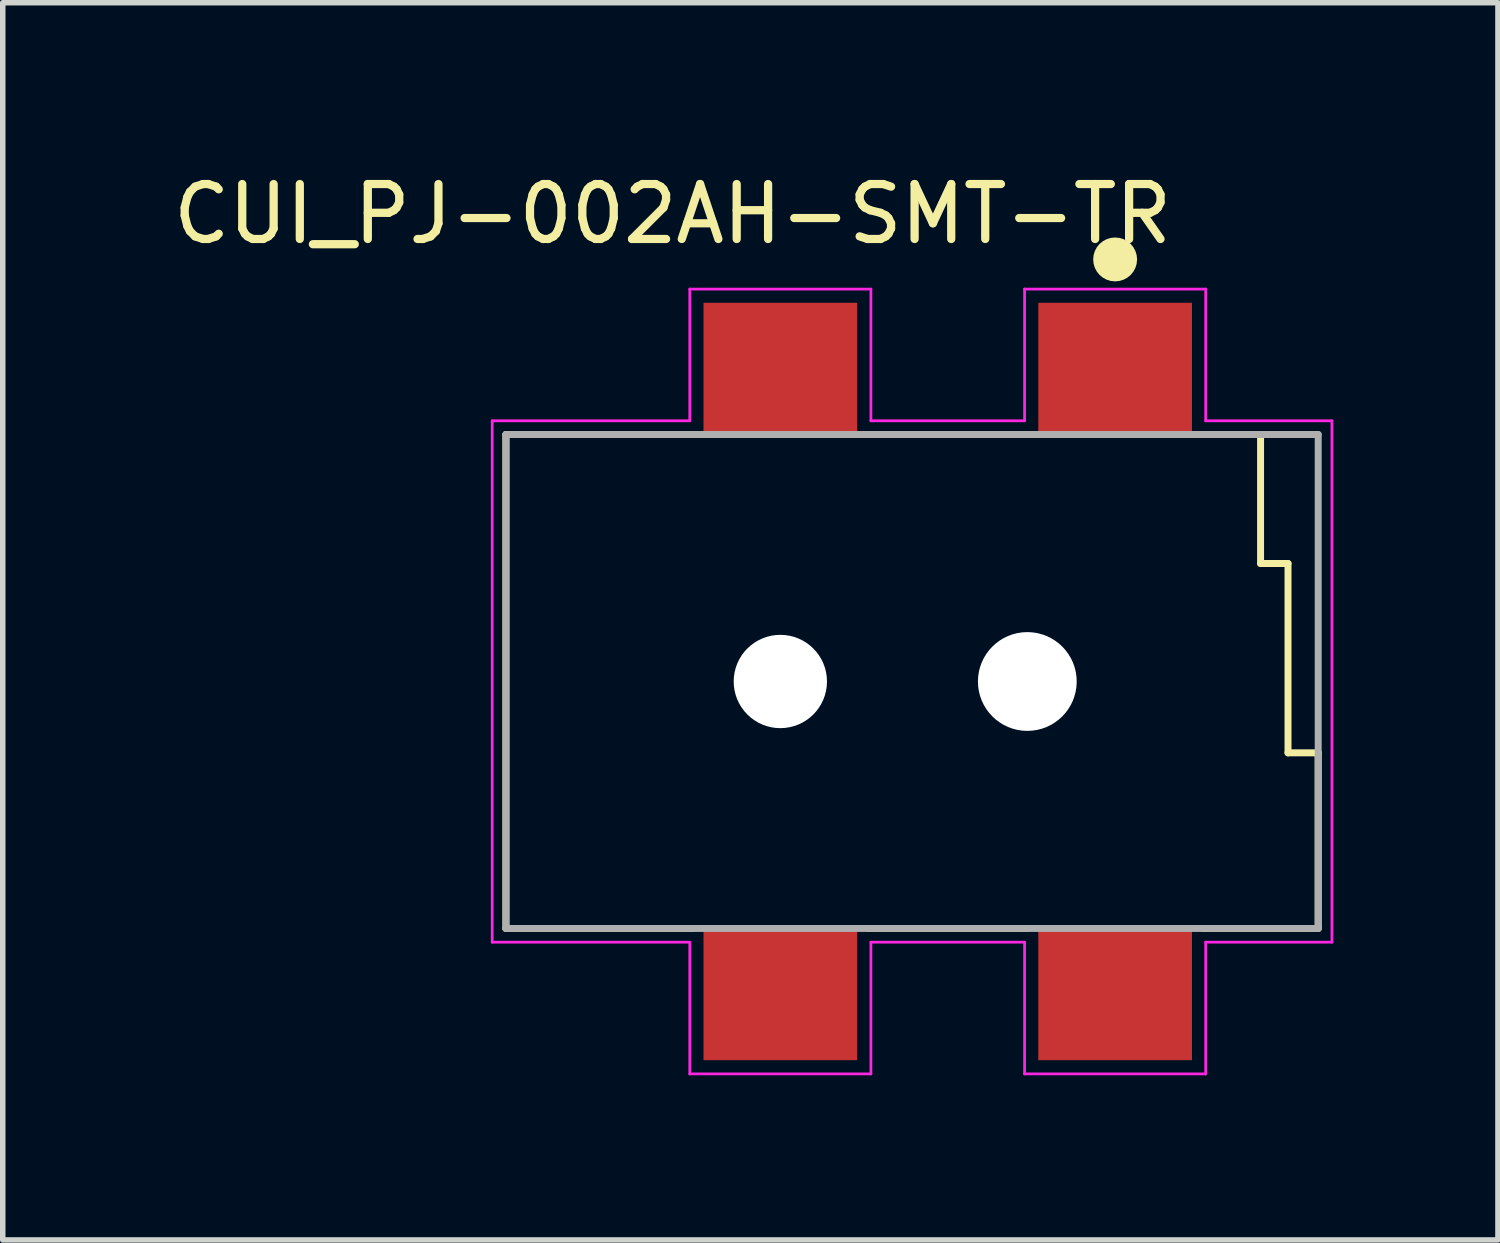
<source format=kicad_pcb>
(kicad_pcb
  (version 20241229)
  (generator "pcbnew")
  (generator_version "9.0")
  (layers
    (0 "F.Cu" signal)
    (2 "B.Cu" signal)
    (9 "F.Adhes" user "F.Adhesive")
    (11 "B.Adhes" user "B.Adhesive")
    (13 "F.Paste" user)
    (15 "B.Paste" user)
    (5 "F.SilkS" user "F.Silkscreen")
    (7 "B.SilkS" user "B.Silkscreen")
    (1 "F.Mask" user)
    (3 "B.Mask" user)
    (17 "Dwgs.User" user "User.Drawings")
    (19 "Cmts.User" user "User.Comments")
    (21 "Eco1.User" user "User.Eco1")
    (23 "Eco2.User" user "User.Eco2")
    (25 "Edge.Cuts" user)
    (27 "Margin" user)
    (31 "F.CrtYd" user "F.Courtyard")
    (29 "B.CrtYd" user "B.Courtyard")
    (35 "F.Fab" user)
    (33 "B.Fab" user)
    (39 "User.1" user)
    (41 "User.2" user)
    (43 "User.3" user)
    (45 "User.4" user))
  (footprint "CUI_PJ-002AH-SMT-TR"
    (layer "F.Cu")
    (at 17.268 3.667)
    (property "Reference" "CUI_PJ-002AH-SMT-TR" (at -8.063 -2.818 0) (layer "F.SilkS") (effects (font (size 1.001 1.001) (thickness 0.15))))
    (attr smd)
    (fp_line (start -11.1 1.2) (end -11.1 10.2) (stroke (width 0.127) (type solid)) (layer "F.SilkS"))
    (fp_line (start -11.1 10.2) (end -7.7 10.2) (stroke (width 0.127) (type solid)) (layer "F.SilkS"))
    (fp_line (start -7.7 1.2) (end -11.1 1.2) (stroke (width 0.127) (type solid)) (layer "F.SilkS"))
    (fp_line (start -4.5 10.2) (end -1.6 10.2) (stroke (width 0.127) (type solid)) (layer "F.SilkS"))
    (fp_line (start -1.6 1.2) (end -4.5 1.2) (stroke (width 0.127) (type solid)) (layer "F.SilkS"))
    (fp_line (start 1.6 10.2) (end 3.7 10.2) (stroke (width 0.127) (type solid)) (layer "F.SilkS"))
    (fp_line (start 2.65 1.2) (end 1.6 1.2) (stroke (width 0.127) (type solid)) (layer "F.SilkS"))
    (fp_line (start 2.65 3.55) (end 2.65 1.2) (stroke (width 0.127) (type solid)) (layer "F.SilkS"))
    (fp_line (start 3.15 3.55) (end 2.65 3.55) (stroke (width 0.127) (type solid)) (layer "F.SilkS"))
    (fp_line (start 3.15 7) (end 3.15 3.55) (stroke (width 0.127) (type solid)) (layer "F.SilkS"))
    (fp_line (start 3.7 7) (end 3.15 7) (stroke (width 0.127) (type solid)) (layer "F.SilkS"))
    (fp_line (start 3.7 10.2) (end 3.7 7) (stroke (width 0.127) (type solid)) (layer "F.SilkS"))
    (fp_circle (center 0 -1.99) (end 0.2 -1.99) (stroke (width 0.4) (type solid)) (fill no) (layer "F.SilkS"))
    (fp_line (start -11.35 0.95) (end -7.75 0.95) (stroke (width 0.05) (type solid)) (layer "F.CrtYd"))
    (fp_line (start -11.35 10.45) (end -11.35 0.95) (stroke (width 0.05) (type solid)) (layer "F.CrtYd"))
    (fp_line (start -7.75 -1.45) (end -4.45 -1.45) (stroke (width 0.05) (type solid)) (layer "F.CrtYd"))
    (fp_line (start -7.75 0.95) (end -7.75 -1.45) (stroke (width 0.05) (type solid)) (layer "F.CrtYd"))
    (fp_line (start -7.75 10.45) (end -11.35 10.45) (stroke (width 0.05) (type solid)) (layer "F.CrtYd"))
    (fp_line (start -7.75 12.85) (end -7.75 10.45) (stroke (width 0.05) (type solid)) (layer "F.CrtYd"))
    (fp_line (start -4.45 -1.45) (end -4.45 0.95) (stroke (width 0.05) (type solid)) (layer "F.CrtYd"))
    (fp_line (start -4.45 0.95) (end -1.65 0.95) (stroke (width 0.05) (type solid)) (layer "F.CrtYd"))
    (fp_line (start -4.45 10.45) (end -4.45 12.85) (stroke (width 0.05) (type solid)) (layer "F.CrtYd"))
    (fp_line (start -4.45 12.85) (end -7.75 12.85) (stroke (width 0.05) (type solid)) (layer "F.CrtYd"))
    (fp_line (start -1.65 -1.45) (end 1.65 -1.45) (stroke (width 0.05) (type solid)) (layer "F.CrtYd"))
    (fp_line (start -1.65 0.95) (end -1.65 -1.45) (stroke (width 0.05) (type solid)) (layer "F.CrtYd"))
    (fp_line (start -1.65 10.45) (end -4.45 10.45) (stroke (width 0.05) (type solid)) (layer "F.CrtYd"))
    (fp_line (start -1.65 12.85) (end -1.65 10.45) (stroke (width 0.05) (type solid)) (layer "F.CrtYd"))
    (fp_line (start 1.65 -1.45) (end 1.65 0.95) (stroke (width 0.05) (type solid)) (layer "F.CrtYd"))
    (fp_line (start 1.65 0.95) (end 3.95 0.95) (stroke (width 0.05) (type solid)) (layer "F.CrtYd"))
    (fp_line (start 1.65 10.45) (end 1.65 12.85) (stroke (width 0.05) (type solid)) (layer "F.CrtYd"))
    (fp_line (start 1.65 12.85) (end -1.65 12.85) (stroke (width 0.05) (type solid)) (layer "F.CrtYd"))
    (fp_line (start 3.95 0.95) (end 3.95 10.45) (stroke (width 0.05) (type solid)) (layer "F.CrtYd"))
    (fp_line (start 3.95 10.45) (end 1.65 10.45) (stroke (width 0.05) (type solid)) (layer "F.CrtYd"))
    (fp_line (start -11.1 1.2) (end -11.1 10.2) (stroke (width 0.127) (type solid)) (layer "F.Fab"))
    (fp_line (start -11.1 10.2) (end 3.7 10.2) (stroke (width 0.127) (type solid)) (layer "F.Fab"))
    (fp_line (start 3.7 1.2) (end -11.1 1.2) (stroke (width 0.127) (type solid)) (layer "F.Fab"))
    (fp_line (start 3.7 10.2) (end 3.7 1.2) (stroke (width 0.127) (type solid)) (layer "F.Fab"))
    (pad "" np_thru_hole circle (at -6.1 5.7) (size 1.7 1.7) (drill 1.7) (layers "*.Cu" "*.Mask"))
    (pad "" np_thru_hole circle (at -1.6 5.7) (size 1.8 1.8) (drill 1.8) (layers "*.Cu" "*.Mask"))
    (pad "1" smd rect (at -6.1 0) (size 2.8 2.4) (layers "F.Cu" "F.Mask" "F.Paste"))
    (pad "1" smd rect (at 0 0) (size 2.8 2.4) (layers "F.Cu" "F.Mask" "F.Paste"))
    (pad "2" smd rect (at -6.1 11.4) (size 2.8 2.4) (layers "F.Cu" "F.Mask" "F.Paste"))
    (pad "3" smd rect (at 0 11.4) (size 2.8 2.4) (layers "F.Cu" "F.Mask" "F.Paste")))
  (gr_rect
    (start -3 -3)
    (end 24.243 19.542)
    (stroke (width 0.1) (type default))
    (fill no)
    (layer "Edge.Cuts")))
</source>
